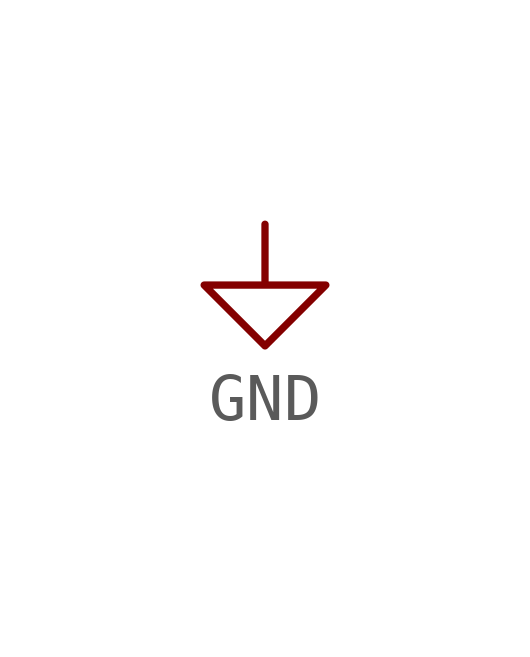
<source format=kicad_sym>
(kicad_symbol_lib
  (version 20231120)
  (generator "kicad_symbol_editor")
  (generator_version "8.0")
  (symbol "GND"
    (power)
    (pin_numbers hide)
    (pin_names
      (offset 0) hide)
    (property "Reference" "#PWR"
      (at 0 -6.35 0)
      (effects (font (size 1.25 1.25)) (hide yes)))
    (symbol "GND_0_1"
      (polyline (pts (xy 0 0) (xy 0 -1.27) (xy 1.27 -1.27) (xy 0 -2.54) (xy -1.27 -1.27) (xy 0 -1.27)) (stroke (width 0) (type default)) (fill (type none))))
    (symbol "GND_1_1"
      (pin power_in line (at 0 0 270) (length 0) hide (name "GND" (effects (font (size 1.25 1.25)))) (number "1" (effects (font (size 1.25 1.25))))))))
</source>
